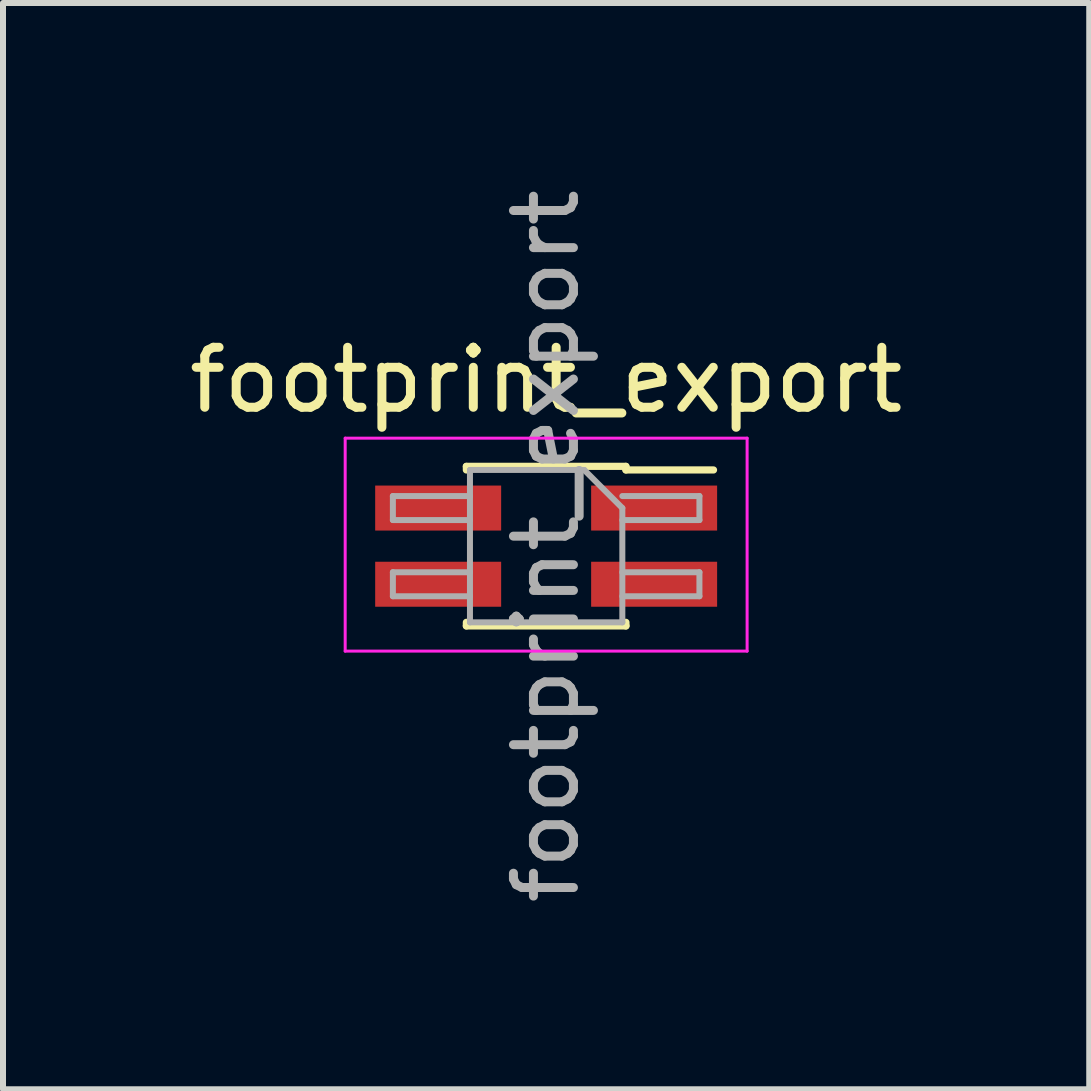
<source format=kicad_pcb>
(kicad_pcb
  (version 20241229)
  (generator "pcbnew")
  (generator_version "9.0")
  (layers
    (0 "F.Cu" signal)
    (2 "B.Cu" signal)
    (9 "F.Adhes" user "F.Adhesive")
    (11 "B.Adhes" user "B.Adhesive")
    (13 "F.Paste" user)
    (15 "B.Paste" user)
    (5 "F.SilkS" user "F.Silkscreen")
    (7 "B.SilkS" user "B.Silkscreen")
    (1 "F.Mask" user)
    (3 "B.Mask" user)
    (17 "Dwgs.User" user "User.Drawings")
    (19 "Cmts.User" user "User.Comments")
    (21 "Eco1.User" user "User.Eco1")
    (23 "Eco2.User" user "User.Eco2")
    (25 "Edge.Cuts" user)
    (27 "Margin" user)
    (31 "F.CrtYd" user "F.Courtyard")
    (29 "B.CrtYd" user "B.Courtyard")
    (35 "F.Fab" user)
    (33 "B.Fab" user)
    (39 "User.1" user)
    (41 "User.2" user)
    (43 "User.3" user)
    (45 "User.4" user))
  (footprint "footprint_export"
    (layer "F.Cu")
    (at 6.054 6.054)
    (property "Reference" "footprint_export" (at 0 -2.77 0) (layer "F.SilkS") (effects (font (size 1 1) (thickness 0.15))))
    (attr smd)
    (fp_line (start -1.33 -1.33) (end -1.33 -1.27) (stroke (width 0.12) (type solid)) (layer "F.SilkS"))
    (fp_line (start -1.33 -1.33) (end 1.33 -1.33) (stroke (width 0.12) (type solid)) (layer "F.SilkS"))
    (fp_line (start -1.33 1.27) (end -1.33 1.33) (stroke (width 0.12) (type solid)) (layer "F.SilkS"))
    (fp_line (start -1.33 1.33) (end 1.33 1.33) (stroke (width 0.12) (type solid)) (layer "F.SilkS"))
    (fp_line (start 1.33 -1.33) (end 1.33 -1.27) (stroke (width 0.12) (type solid)) (layer "F.SilkS"))
    (fp_line (start 1.33 -1.27) (end 2.79 -1.27) (stroke (width 0.12) (type solid)) (layer "F.SilkS"))
    (fp_line (start 1.33 1.27) (end 1.33 1.33) (stroke (width 0.12) (type solid)) (layer "F.SilkS"))
    (fp_line (start -3.35 -1.8) (end 3.35 -1.8) (stroke (width 0.05) (type solid)) (layer "F.CrtYd"))
    (fp_line (start -3.35 1.75) (end -3.35 -1.8) (stroke (width 0.05) (type solid)) (layer "F.CrtYd"))
    (fp_line (start 3.35 -1.8) (end 3.35 1.75) (stroke (width 0.05) (type solid)) (layer "F.CrtYd"))
    (fp_line (start 3.35 1.75) (end -3.35 1.75) (stroke (width 0.05) (type solid)) (layer "F.CrtYd"))
    (fp_line (start -2.555 -0.835) (end -1.27 -0.835) (stroke (width 0.1) (type solid)) (layer "F.Fab"))
    (fp_line (start -2.555 -0.435) (end -2.555 -0.835) (stroke (width 0.1) (type solid)) (layer "F.Fab"))
    (fp_line (start -2.555 0.435) (end -1.27 0.435) (stroke (width 0.1) (type solid)) (layer "F.Fab"))
    (fp_line (start -2.555 0.835) (end -2.555 0.435) (stroke (width 0.1) (type solid)) (layer "F.Fab"))
    (fp_line (start -1.27 -1.27) (end 0.635 -1.27) (stroke (width 0.1) (type solid)) (layer "F.Fab"))
    (fp_line (start -1.27 -0.435) (end -2.555 -0.435) (stroke (width 0.1) (type solid)) (layer "F.Fab"))
    (fp_line (start -1.27 0.835) (end -2.555 0.835) (stroke (width 0.1) (type solid)) (layer "F.Fab"))
    (fp_line (start -1.27 1.27) (end -1.27 -1.27) (stroke (width 0.1) (type solid)) (layer "F.Fab"))
    (fp_line (start 0.635 -1.27) (end 1.27 -0.635) (stroke (width 0.1) (type solid)) (layer "F.Fab"))
    (fp_line (start 1.27 -0.835) (end 2.555 -0.835) (stroke (width 0.1) (type solid)) (layer "F.Fab"))
    (fp_line (start 1.27 -0.635) (end 1.27 1.27) (stroke (width 0.1) (type solid)) (layer "F.Fab"))
    (fp_line (start 1.27 0.435) (end 2.555 0.435) (stroke (width 0.1) (type solid)) (layer "F.Fab"))
    (fp_line (start 1.27 1.27) (end -1.27 1.27) (stroke (width 0.1) (type solid)) (layer "F.Fab"))
    (fp_line (start 2.555 -0.835) (end 2.555 -0.435) (stroke (width 0.1) (type solid)) (layer "F.Fab"))
    (fp_line (start 2.555 -0.435) (end 1.27 -0.435) (stroke (width 0.1) (type solid)) (layer "F.Fab"))
    (fp_line (start 2.555 0.435) (end 2.555 0.835) (stroke (width 0.1) (type solid)) (layer "F.Fab"))
    (fp_line (start 2.555 0.835) (end 1.27 0.835) (stroke (width 0.1) (type solid)) (layer "F.Fab"))
    (fp_text user "${REFERENCE}" (at 0 0 90) (layer "F.Fab") (effects (font (size 1 1) (thickness 0.15))))
    (pad "1" smd rect (at 1.8 -0.635) (size 2.1 0.75) (layers "F.Cu" "F.Mask" "F.Paste"))
    (pad "2" smd rect (at -1.8 -0.635) (size 2.1 0.75) (layers "F.Cu" "F.Mask" "F.Paste"))
    (pad "3" smd rect (at 1.8 0.635) (size 2.1 0.75) (layers "F.Cu" "F.Mask" "F.Paste"))
    (pad "4" smd rect (at -1.8 0.635) (size 2.1 0.75) (layers "F.Cu" "F.Mask" "F.Paste")))
  (gr_rect
    (start -3 -3)
    (end 15.107 15.107)
    (stroke (width 0.1) (type default))
    (fill no)
    (layer "Edge.Cuts")))
</source>
